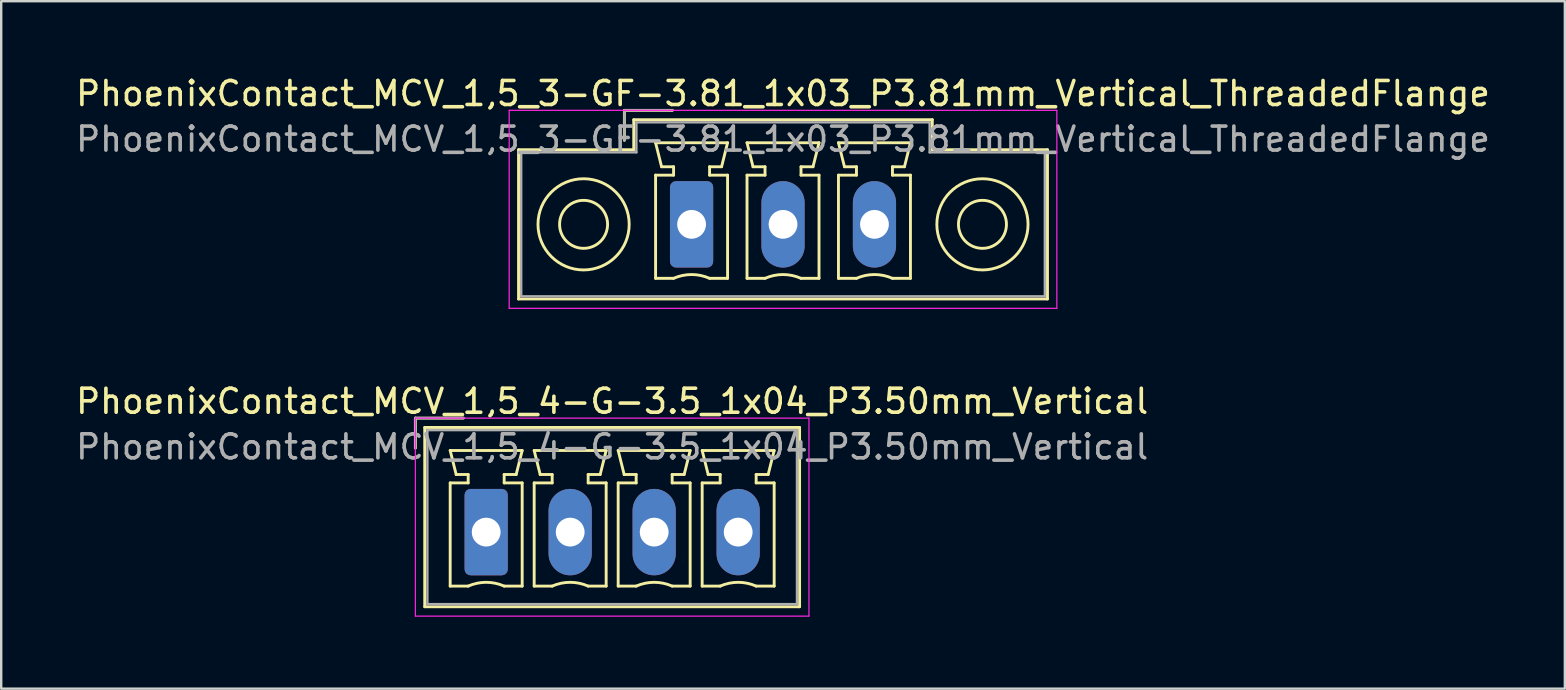
<source format=kicad_pcb>
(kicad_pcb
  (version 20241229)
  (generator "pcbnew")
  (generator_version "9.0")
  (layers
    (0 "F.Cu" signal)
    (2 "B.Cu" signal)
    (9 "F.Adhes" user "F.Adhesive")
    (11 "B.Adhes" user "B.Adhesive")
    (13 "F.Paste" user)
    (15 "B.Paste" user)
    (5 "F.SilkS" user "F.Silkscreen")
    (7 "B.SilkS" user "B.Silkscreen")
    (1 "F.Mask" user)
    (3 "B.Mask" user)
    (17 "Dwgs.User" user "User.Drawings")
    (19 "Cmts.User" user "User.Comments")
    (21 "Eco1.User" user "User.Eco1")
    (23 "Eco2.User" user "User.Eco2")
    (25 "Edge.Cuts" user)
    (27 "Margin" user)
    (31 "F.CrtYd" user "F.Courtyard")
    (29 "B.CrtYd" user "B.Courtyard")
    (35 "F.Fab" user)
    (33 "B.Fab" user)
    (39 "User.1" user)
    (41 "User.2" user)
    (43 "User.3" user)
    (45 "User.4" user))
  (footprint "PhoenixContact_MCV_1,5_4-G-3.5_1x04_P3.50mm_Vertical"
    (layer "F.Cu")
    (at 17.208 19.122)
    (property "Reference" "PhoenixContact_MCV_1,5_4-G-3.5_1x04_P3.50mm_Vertical" (at 5.25 -5.45 0) (layer "F.SilkS") (effects (font (size 1 1) (thickness 0.15))))
    (attr through_hole)
    (fp_line (start -2.95 -4.75) (end -0.95 -4.75) (stroke (width 0.12) (type solid)) (layer "F.SilkS"))
    (fp_line (start -2.95 -3.5) (end -2.95 -4.75) (stroke (width 0.12) (type solid)) (layer "F.SilkS"))
    (fp_line (start -2.56 -4.36) (end -2.56 3.11) (stroke (width 0.12) (type solid)) (layer "F.SilkS"))
    (fp_line (start -2.56 3.11) (end 13.06 3.11) (stroke (width 0.12) (type solid)) (layer "F.SilkS"))
    (fp_line (start -1.5 -3.4) (end 1.5 -3.4) (stroke (width 0.12) (type solid)) (layer "F.SilkS"))
    (fp_line (start -1.5 -2.05) (end -0.75 -2.05) (stroke (width 0.12) (type solid)) (layer "F.SilkS"))
    (fp_line (start -1.5 2.25) (end -1.5 -2.05) (stroke (width 0.12) (type solid)) (layer "F.SilkS"))
    (fp_line (start -1.25 -2.4) (end -1.5 -3.4) (stroke (width 0.12) (type solid)) (layer "F.SilkS"))
    (fp_line (start -0.75 -2.4) (end -1.25 -2.4) (stroke (width 0.12) (type solid)) (layer "F.SilkS"))
    (fp_line (start -0.75 -2.05) (end -0.75 -2.4) (stroke (width 0.12) (type solid)) (layer "F.SilkS"))
    (fp_line (start -0.75 2.25) (end -1.5 2.25) (stroke (width 0.12) (type solid)) (layer "F.SilkS"))
    (fp_line (start 0.75 -2.4) (end 0.75 -2.05) (stroke (width 0.12) (type solid)) (layer "F.SilkS"))
    (fp_line (start 0.75 -2.05) (end 1.5 -2.05) (stroke (width 0.12) (type solid)) (layer "F.SilkS"))
    (fp_line (start 1.25 -2.4) (end 0.75 -2.4) (stroke (width 0.12) (type solid)) (layer "F.SilkS"))
    (fp_line (start 1.5 -3.4) (end 1.25 -2.4) (stroke (width 0.12) (type solid)) (layer "F.SilkS"))
    (fp_line (start 1.5 -2.05) (end 1.5 2.25) (stroke (width 0.12) (type solid)) (layer "F.SilkS"))
    (fp_line (start 1.5 2.25) (end 0.75 2.25) (stroke (width 0.12) (type solid)) (layer "F.SilkS"))
    (fp_line (start 2 -3.4) (end 5 -3.4) (stroke (width 0.12) (type solid)) (layer "F.SilkS"))
    (fp_line (start 2 -2.05) (end 2.75 -2.05) (stroke (width 0.12) (type solid)) (layer "F.SilkS"))
    (fp_line (start 2 2.25) (end 2 -2.05) (stroke (width 0.12) (type solid)) (layer "F.SilkS"))
    (fp_line (start 2.25 -2.4) (end 2 -3.4) (stroke (width 0.12) (type solid)) (layer "F.SilkS"))
    (fp_line (start 2.75 -2.4) (end 2.25 -2.4) (stroke (width 0.12) (type solid)) (layer "F.SilkS"))
    (fp_line (start 2.75 -2.05) (end 2.75 -2.4) (stroke (width 0.12) (type solid)) (layer "F.SilkS"))
    (fp_line (start 2.75 2.25) (end 2 2.25) (stroke (width 0.12) (type solid)) (layer "F.SilkS"))
    (fp_line (start 4.25 -2.4) (end 4.25 -2.05) (stroke (width 0.12) (type solid)) (layer "F.SilkS"))
    (fp_line (start 4.25 -2.05) (end 5 -2.05) (stroke (width 0.12) (type solid)) (layer "F.SilkS"))
    (fp_line (start 4.75 -2.4) (end 4.25 -2.4) (stroke (width 0.12) (type solid)) (layer "F.SilkS"))
    (fp_line (start 5 -3.4) (end 4.75 -2.4) (stroke (width 0.12) (type solid)) (layer "F.SilkS"))
    (fp_line (start 5 -2.05) (end 5 2.25) (stroke (width 0.12) (type solid)) (layer "F.SilkS"))
    (fp_line (start 5 2.25) (end 4.25 2.25) (stroke (width 0.12) (type solid)) (layer "F.SilkS"))
    (fp_line (start 5.5 -3.4) (end 8.5 -3.4) (stroke (width 0.12) (type solid)) (layer "F.SilkS"))
    (fp_line (start 5.5 -2.05) (end 6.25 -2.05) (stroke (width 0.12) (type solid)) (layer "F.SilkS"))
    (fp_line (start 5.5 2.25) (end 5.5 -2.05) (stroke (width 0.12) (type solid)) (layer "F.SilkS"))
    (fp_line (start 5.75 -2.4) (end 5.5 -3.4) (stroke (width 0.12) (type solid)) (layer "F.SilkS"))
    (fp_line (start 6.25 -2.4) (end 5.75 -2.4) (stroke (width 0.12) (type solid)) (layer "F.SilkS"))
    (fp_line (start 6.25 -2.05) (end 6.25 -2.4) (stroke (width 0.12) (type solid)) (layer "F.SilkS"))
    (fp_line (start 6.25 2.25) (end 5.5 2.25) (stroke (width 0.12) (type solid)) (layer "F.SilkS"))
    (fp_line (start 7.75 -2.4) (end 7.75 -2.05) (stroke (width 0.12) (type solid)) (layer "F.SilkS"))
    (fp_line (start 7.75 -2.05) (end 8.5 -2.05) (stroke (width 0.12) (type solid)) (layer "F.SilkS"))
    (fp_line (start 8.25 -2.4) (end 7.75 -2.4) (stroke (width 0.12) (type solid)) (layer "F.SilkS"))
    (fp_line (start 8.5 -3.4) (end 8.25 -2.4) (stroke (width 0.12) (type solid)) (layer "F.SilkS"))
    (fp_line (start 8.5 -2.05) (end 8.5 2.25) (stroke (width 0.12) (type solid)) (layer "F.SilkS"))
    (fp_line (start 8.5 2.25) (end 7.75 2.25) (stroke (width 0.12) (type solid)) (layer "F.SilkS"))
    (fp_line (start 9 -3.4) (end 12 -3.4) (stroke (width 0.12) (type solid)) (layer "F.SilkS"))
    (fp_line (start 9 -2.05) (end 9.75 -2.05) (stroke (width 0.12) (type solid)) (layer "F.SilkS"))
    (fp_line (start 9 2.25) (end 9 -2.05) (stroke (width 0.12) (type solid)) (layer "F.SilkS"))
    (fp_line (start 9.25 -2.4) (end 9 -3.4) (stroke (width 0.12) (type solid)) (layer "F.SilkS"))
    (fp_line (start 9.75 -2.4) (end 9.25 -2.4) (stroke (width 0.12) (type solid)) (layer "F.SilkS"))
    (fp_line (start 9.75 -2.05) (end 9.75 -2.4) (stroke (width 0.12) (type solid)) (layer "F.SilkS"))
    (fp_line (start 9.75 2.25) (end 9 2.25) (stroke (width 0.12) (type solid)) (layer "F.SilkS"))
    (fp_line (start 11.25 -2.4) (end 11.25 -2.05) (stroke (width 0.12) (type solid)) (layer "F.SilkS"))
    (fp_line (start 11.25 -2.05) (end 12 -2.05) (stroke (width 0.12) (type solid)) (layer "F.SilkS"))
    (fp_line (start 11.75 -2.4) (end 11.25 -2.4) (stroke (width 0.12) (type solid)) (layer "F.SilkS"))
    (fp_line (start 12 -3.4) (end 11.75 -2.4) (stroke (width 0.12) (type solid)) (layer "F.SilkS"))
    (fp_line (start 12 -2.05) (end 12 2.25) (stroke (width 0.12) (type solid)) (layer "F.SilkS"))
    (fp_line (start 12 2.25) (end 11.25 2.25) (stroke (width 0.12) (type solid)) (layer "F.SilkS"))
    (fp_line (start 13.06 -4.36) (end -2.56 -4.36) (stroke (width 0.12) (type solid)) (layer "F.SilkS"))
    (fp_line (start 13.06 3.11) (end 13.06 -4.36) (stroke (width 0.12) (type solid)) (layer "F.SilkS"))
    (fp_arc (start -0.75 2.25) (mid -0.000193 2.09191) (end 0.749647 2.249844) (stroke (width 0.12) (type solid)) (layer "F.SilkS"))
    (fp_arc (start 2.75 2.25) (mid 3.499807 2.09191) (end 4.249647 2.249844) (stroke (width 0.12) (type solid)) (layer "F.SilkS"))
    (fp_arc (start 6.25 2.25) (mid 6.999807 2.09191) (end 7.749647 2.249844) (stroke (width 0.12) (type solid)) (layer "F.SilkS"))
    (fp_arc (start 9.75 2.25) (mid 10.499807 2.09191) (end 11.249647 2.249844) (stroke (width 0.12) (type solid)) (layer "F.SilkS"))
    (fp_line (start -2.95 -4.75) (end -2.95 3.5) (stroke (width 0.05) (type solid)) (layer "F.CrtYd"))
    (fp_line (start -2.95 3.5) (end 13.45 3.5) (stroke (width 0.05) (type solid)) (layer "F.CrtYd"))
    (fp_line (start 13.45 -4.75) (end -2.95 -4.75) (stroke (width 0.05) (type solid)) (layer "F.CrtYd"))
    (fp_line (start 13.45 3.5) (end 13.45 -4.75) (stroke (width 0.05) (type solid)) (layer "F.CrtYd"))
    (fp_line (start -2.95 -4.75) (end -0.95 -4.75) (stroke (width 0.1) (type solid)) (layer "F.Fab"))
    (fp_line (start -2.95 -3.5) (end -2.95 -4.75) (stroke (width 0.1) (type solid)) (layer "F.Fab"))
    (fp_line (start -2.45 -4.25) (end -2.45 3) (stroke (width 0.1) (type solid)) (layer "F.Fab"))
    (fp_line (start -2.45 3) (end 12.95 3) (stroke (width 0.1) (type solid)) (layer "F.Fab"))
    (fp_line (start 12.95 -4.25) (end -2.45 -4.25) (stroke (width 0.1) (type solid)) (layer "F.Fab"))
    (fp_line (start 12.95 3) (end 12.95 -4.25) (stroke (width 0.1) (type solid)) (layer "F.Fab"))
    (fp_text user "${REFERENCE}" (at 5.25 -3.55 0) (layer "F.Fab") (effects (font (size 1 1) (thickness 0.15))))
    (pad "1" thru_hole roundrect (at 0 0) (size 1.8 3.6) (drill 1.2) (layers "*.Cu" "*.Mask") (roundrect_rratio 0.139))
    (pad "2" thru_hole oval (at 3.5 0) (size 1.8 3.6) (drill 1.2) (layers "*.Cu" "*.Mask"))
    (pad "3" thru_hole oval (at 7 0) (size 1.8 3.6) (drill 1.2) (layers "*.Cu" "*.Mask"))
    (pad "4" thru_hole oval (at 10.5 0) (size 1.8 3.6) (drill 1.2) (layers "*.Cu" "*.Mask")))
  (footprint "PhoenixContact_MCV_1,5_3-GF-3.81_1x03_P3.81mm_Vertical_ThreadedFlange"
    (layer "F.Cu")
    (at 25.767 6.298)
    (property "Reference" "PhoenixContact_MCV_1,5_3-GF-3.81_1x03_P3.81mm_Vertical_ThreadedFlange" (at 3.81 -5.45 0) (layer "F.SilkS") (effects (font (size 1 1) (thickness 0.15))))
    (attr through_hole)
    (fp_line (start -7.21 -3.11) (end -7.21 3.11) (stroke (width 0.12) (type solid)) (layer "F.SilkS"))
    (fp_line (start -7.21 3.11) (end 14.83 3.11) (stroke (width 0.12) (type solid)) (layer "F.SilkS"))
    (fp_line (start -2.8 -4.75) (end -0.8 -4.75) (stroke (width 0.12) (type solid)) (layer "F.SilkS"))
    (fp_line (start -2.8 -3.5) (end -2.8 -4.75) (stroke (width 0.12) (type solid)) (layer "F.SilkS"))
    (fp_line (start -2.41 -4.36) (end -2.41 -3.11) (stroke (width 0.12) (type solid)) (layer "F.SilkS"))
    (fp_line (start -2.41 -3.11) (end -7.21 -3.11) (stroke (width 0.12) (type solid)) (layer "F.SilkS"))
    (fp_line (start -1.5 -3.4) (end 1.5 -3.4) (stroke (width 0.12) (type solid)) (layer "F.SilkS"))
    (fp_line (start -1.5 -2.05) (end -0.75 -2.05) (stroke (width 0.12) (type solid)) (layer "F.SilkS"))
    (fp_line (start -1.5 2.25) (end -1.5 -2.05) (stroke (width 0.12) (type solid)) (layer "F.SilkS"))
    (fp_line (start -1.25 -2.4) (end -1.5 -3.4) (stroke (width 0.12) (type solid)) (layer "F.SilkS"))
    (fp_line (start -0.75 -2.4) (end -1.25 -2.4) (stroke (width 0.12) (type solid)) (layer "F.SilkS"))
    (fp_line (start -0.75 -2.05) (end -0.75 -2.4) (stroke (width 0.12) (type solid)) (layer "F.SilkS"))
    (fp_line (start -0.75 2.25) (end -1.5 2.25) (stroke (width 0.12) (type solid)) (layer "F.SilkS"))
    (fp_line (start 0.75 -2.4) (end 0.75 -2.05) (stroke (width 0.12) (type solid)) (layer "F.SilkS"))
    (fp_line (start 0.75 -2.05) (end 1.5 -2.05) (stroke (width 0.12) (type solid)) (layer "F.SilkS"))
    (fp_line (start 1.25 -2.4) (end 0.75 -2.4) (stroke (width 0.12) (type solid)) (layer "F.SilkS"))
    (fp_line (start 1.5 -3.4) (end 1.25 -2.4) (stroke (width 0.12) (type solid)) (layer "F.SilkS"))
    (fp_line (start 1.5 -2.05) (end 1.5 2.25) (stroke (width 0.12) (type solid)) (layer "F.SilkS"))
    (fp_line (start 1.5 2.25) (end 0.75 2.25) (stroke (width 0.12) (type solid)) (layer "F.SilkS"))
    (fp_line (start 2.31 -3.4) (end 5.31 -3.4) (stroke (width 0.12) (type solid)) (layer "F.SilkS"))
    (fp_line (start 2.31 -2.05) (end 3.06 -2.05) (stroke (width 0.12) (type solid)) (layer "F.SilkS"))
    (fp_line (start 2.31 2.25) (end 2.31 -2.05) (stroke (width 0.12) (type solid)) (layer "F.SilkS"))
    (fp_line (start 2.56 -2.4) (end 2.31 -3.4) (stroke (width 0.12) (type solid)) (layer "F.SilkS"))
    (fp_line (start 3.06 -2.4) (end 2.56 -2.4) (stroke (width 0.12) (type solid)) (layer "F.SilkS"))
    (fp_line (start 3.06 -2.05) (end 3.06 -2.4) (stroke (width 0.12) (type solid)) (layer "F.SilkS"))
    (fp_line (start 3.06 2.25) (end 2.31 2.25) (stroke (width 0.12) (type solid)) (layer "F.SilkS"))
    (fp_line (start 4.56 -2.4) (end 4.56 -2.05) (stroke (width 0.12) (type solid)) (layer "F.SilkS"))
    (fp_line (start 4.56 -2.05) (end 5.31 -2.05) (stroke (width 0.12) (type solid)) (layer "F.SilkS"))
    (fp_line (start 5.06 -2.4) (end 4.56 -2.4) (stroke (width 0.12) (type solid)) (layer "F.SilkS"))
    (fp_line (start 5.31 -3.4) (end 5.06 -2.4) (stroke (width 0.12) (type solid)) (layer "F.SilkS"))
    (fp_line (start 5.31 -2.05) (end 5.31 2.25) (stroke (width 0.12) (type solid)) (layer "F.SilkS"))
    (fp_line (start 5.31 2.25) (end 4.56 2.25) (stroke (width 0.12) (type solid)) (layer "F.SilkS"))
    (fp_line (start 6.12 -3.4) (end 9.12 -3.4) (stroke (width 0.12) (type solid)) (layer "F.SilkS"))
    (fp_line (start 6.12 -2.05) (end 6.87 -2.05) (stroke (width 0.12) (type solid)) (layer "F.SilkS"))
    (fp_line (start 6.12 2.25) (end 6.12 -2.05) (stroke (width 0.12) (type solid)) (layer "F.SilkS"))
    (fp_line (start 6.37 -2.4) (end 6.12 -3.4) (stroke (width 0.12) (type solid)) (layer "F.SilkS"))
    (fp_line (start 6.87 -2.4) (end 6.37 -2.4) (stroke (width 0.12) (type solid)) (layer "F.SilkS"))
    (fp_line (start 6.87 -2.05) (end 6.87 -2.4) (stroke (width 0.12) (type solid)) (layer "F.SilkS"))
    (fp_line (start 6.87 2.25) (end 6.12 2.25) (stroke (width 0.12) (type solid)) (layer "F.SilkS"))
    (fp_line (start 8.37 -2.4) (end 8.37 -2.05) (stroke (width 0.12) (type solid)) (layer "F.SilkS"))
    (fp_line (start 8.37 -2.05) (end 9.12 -2.05) (stroke (width 0.12) (type solid)) (layer "F.SilkS"))
    (fp_line (start 8.87 -2.4) (end 8.37 -2.4) (stroke (width 0.12) (type solid)) (layer "F.SilkS"))
    (fp_line (start 9.12 -3.4) (end 8.87 -2.4) (stroke (width 0.12) (type solid)) (layer "F.SilkS"))
    (fp_line (start 9.12 -2.05) (end 9.12 2.25) (stroke (width 0.12) (type solid)) (layer "F.SilkS"))
    (fp_line (start 9.12 2.25) (end 8.37 2.25) (stroke (width 0.12) (type solid)) (layer "F.SilkS"))
    (fp_line (start 10.03 -4.36) (end -2.41 -4.36) (stroke (width 0.12) (type solid)) (layer "F.SilkS"))
    (fp_line (start 10.03 -3.11) (end 10.03 -4.36) (stroke (width 0.12) (type solid)) (layer "F.SilkS"))
    (fp_line (start 14.83 -3.11) (end 10.03 -3.11) (stroke (width 0.12) (type solid)) (layer "F.SilkS"))
    (fp_line (start 14.83 3.11) (end 14.83 -3.11) (stroke (width 0.12) (type solid)) (layer "F.SilkS"))
    (fp_arc (start -0.75 2.25) (mid -0.000193 2.09191) (end 0.749647 2.249844) (stroke (width 0.12) (type solid)) (layer "F.SilkS"))
    (fp_arc (start 3.06 2.25) (mid 3.809807 2.09191) (end 4.559647 2.249844) (stroke (width 0.12) (type solid)) (layer "F.SilkS"))
    (fp_arc (start 6.87 2.25) (mid 7.619807 2.09191) (end 8.369647 2.249844) (stroke (width 0.12) (type solid)) (layer "F.SilkS"))
    (fp_circle (center -4.5 0) (end -3.5 0) (stroke (width 0.12) (type solid)) (fill no) (layer "F.SilkS"))
    (fp_circle (center -4.5 0) (end -2.6 0) (stroke (width 0.12) (type solid)) (fill no) (layer "F.SilkS"))
    (fp_circle (center 12.12 0) (end 13.12 0) (stroke (width 0.12) (type solid)) (fill no) (layer "F.SilkS"))
    (fp_circle (center 12.12 0) (end 14.02 0) (stroke (width 0.12) (type solid)) (fill no) (layer "F.SilkS"))
    (fp_line (start -7.6 -4.75) (end -7.6 3.5) (stroke (width 0.05) (type solid)) (layer "F.CrtYd"))
    (fp_line (start -7.6 3.5) (end 15.22 3.5) (stroke (width 0.05) (type solid)) (layer "F.CrtYd"))
    (fp_line (start 15.22 -4.75) (end -7.6 -4.75) (stroke (width 0.05) (type solid)) (layer "F.CrtYd"))
    (fp_line (start 15.22 3.5) (end 15.22 -4.75) (stroke (width 0.05) (type solid)) (layer "F.CrtYd"))
    (fp_line (start -7.1 -3) (end -7.1 3) (stroke (width 0.1) (type solid)) (layer "F.Fab"))
    (fp_line (start -7.1 3) (end 14.72 3) (stroke (width 0.1) (type solid)) (layer "F.Fab"))
    (fp_line (start -2.8 -4.75) (end -0.8 -4.75) (stroke (width 0.1) (type solid)) (layer "F.Fab"))
    (fp_line (start -2.8 -3.5) (end -2.8 -4.75) (stroke (width 0.1) (type solid)) (layer "F.Fab"))
    (fp_line (start -2.3 -4.25) (end -2.3 -3) (stroke (width 0.1) (type solid)) (layer "F.Fab"))
    (fp_line (start -2.3 -3) (end -7.1 -3) (stroke (width 0.1) (type solid)) (layer "F.Fab"))
    (fp_line (start 9.92 -4.25) (end -2.3 -4.25) (stroke (width 0.1) (type solid)) (layer "F.Fab"))
    (fp_line (start 9.92 -3) (end 9.92 -4.25) (stroke (width 0.1) (type solid)) (layer "F.Fab"))
    (fp_line (start 14.72 -3) (end 9.92 -3) (stroke (width 0.1) (type solid)) (layer "F.Fab"))
    (fp_line (start 14.72 3) (end 14.72 -3) (stroke (width 0.1) (type solid)) (layer "F.Fab"))
    (fp_text user "${REFERENCE}" (at 3.81 -3.55 0) (layer "F.Fab") (effects (font (size 1 1) (thickness 0.15))))
    (pad "1" thru_hole roundrect (at 0 0) (size 1.8 3.6) (drill 1.2) (layers "*.Cu" "*.Mask") (roundrect_rratio 0.139))
    (pad "2" thru_hole oval (at 3.81 0) (size 1.8 3.6) (drill 1.2) (layers "*.Cu" "*.Mask"))
    (pad "3" thru_hole oval (at 7.62 0) (size 1.8 3.6) (drill 1.2) (layers "*.Cu" "*.Mask")))
  (gr_rect
    (start -3 -3)
    (end 62.155 25.646)
    (stroke (width 0.1) (type default))
    (fill no)
    (layer "Edge.Cuts")))
</source>
